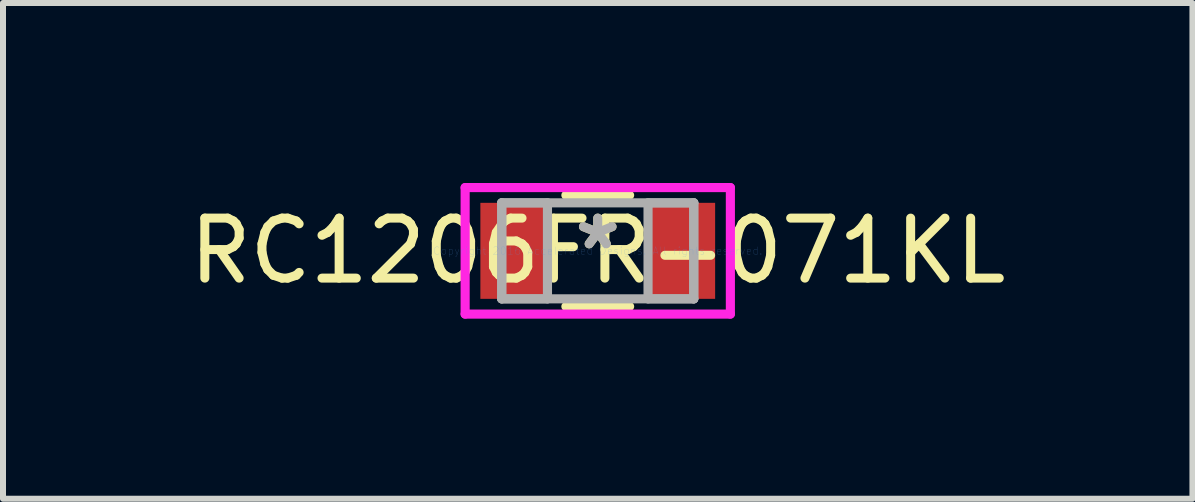
<source format=kicad_pcb>
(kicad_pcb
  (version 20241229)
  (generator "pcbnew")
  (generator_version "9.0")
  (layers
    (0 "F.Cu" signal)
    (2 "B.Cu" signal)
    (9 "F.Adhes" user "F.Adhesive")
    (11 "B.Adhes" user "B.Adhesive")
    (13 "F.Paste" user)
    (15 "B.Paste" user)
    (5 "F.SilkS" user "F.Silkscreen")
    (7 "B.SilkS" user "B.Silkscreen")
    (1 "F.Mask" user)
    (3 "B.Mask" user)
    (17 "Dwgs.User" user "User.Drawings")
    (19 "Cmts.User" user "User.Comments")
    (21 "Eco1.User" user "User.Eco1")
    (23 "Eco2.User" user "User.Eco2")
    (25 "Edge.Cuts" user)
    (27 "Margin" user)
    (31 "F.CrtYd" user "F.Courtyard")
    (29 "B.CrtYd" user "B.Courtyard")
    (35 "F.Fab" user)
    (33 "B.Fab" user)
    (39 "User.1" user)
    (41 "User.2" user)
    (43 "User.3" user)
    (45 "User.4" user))
  (footprint "RC1206FR-071KL"
    (layer "F.Cu")
    (at 6.911 1.13)
    (property "Reference" "RC1206FR-071KL" (at 0 0 0) (layer "F.SilkS") (effects (font (size 1 1) (thickness 0.15))))
    (attr through_hole)
    (fp_line (start -0.531 0.927) (end 0.531 0.927) (stroke (width 0.152) (type solid)) (layer "F.SilkS"))
    (fp_line (start 0.531 -0.927) (end -0.531 -0.927) (stroke (width 0.152) (type solid)) (layer "F.SilkS"))
    (fp_line (start -2.21 -1.054) (end 2.21 -1.054) (stroke (width 0.152) (type solid)) (layer "F.CrtYd"))
    (fp_line (start -2.21 1.054) (end -2.21 -1.054) (stroke (width 0.152) (type solid)) (layer "F.CrtYd"))
    (fp_line (start 2.21 -1.054) (end 2.21 1.054) (stroke (width 0.152) (type solid)) (layer "F.CrtYd"))
    (fp_line (start 2.21 1.054) (end -2.21 1.054) (stroke (width 0.152) (type solid)) (layer "F.CrtYd"))
    (fp_line (start -1.6 -0.8) (end -1.6 0.8) (stroke (width 0.152) (type solid)) (layer "F.Fab"))
    (fp_line (start -1.6 -0.8) (end -1.6 0.8) (stroke (width 0.152) (type solid)) (layer "F.Fab"))
    (fp_line (start -1.6 0.8) (end -0.838 0.8) (stroke (width 0.152) (type solid)) (layer "F.Fab"))
    (fp_line (start -1.6 0.8) (end 1.6 0.8) (stroke (width 0.152) (type solid)) (layer "F.Fab"))
    (fp_line (start -0.838 -0.8) (end -1.6 -0.8) (stroke (width 0.152) (type solid)) (layer "F.Fab"))
    (fp_line (start -0.838 0.8) (end -0.838 -0.8) (stroke (width 0.152) (type solid)) (layer "F.Fab"))
    (fp_line (start 0.838 -0.8) (end 0.838 0.8) (stroke (width 0.152) (type solid)) (layer "F.Fab"))
    (fp_line (start 0.838 0.8) (end 1.6 0.8) (stroke (width 0.152) (type solid)) (layer "F.Fab"))
    (fp_line (start 1.6 -0.8) (end -1.6 -0.8) (stroke (width 0.152) (type solid)) (layer "F.Fab"))
    (fp_line (start 1.6 -0.8) (end 0.838 -0.8) (stroke (width 0.152) (type solid)) (layer "F.Fab"))
    (fp_line (start 1.6 0.8) (end 1.6 -0.8) (stroke (width 0.152) (type solid)) (layer "F.Fab"))
    (fp_line (start 1.6 0.8) (end 1.6 -0.8) (stroke (width 0.152) (type solid)) (layer "F.Fab"))
    (fp_text user "*" (at 0 0 0) (layer "F.SilkS") (effects (font (size 1 1) (thickness 0.15))))
    (fp_text user "Copyright 2016 Accelerated Designs. All rights reserved." (at 0 0 0) (layer "Cmts.User") (effects (font (size 0.127 0.127) (thickness 0.002))))
    (fp_text user "*" (at 0 0 0) (layer "F.Fab") (effects (font (size 1 1) (thickness 0.15))))
    (pad "1" smd rect (at -1.397 0) (size 1.118 1.6) (layers "F.Cu" "F.Mask" "F.Paste"))
    (pad "2" smd rect (at 1.397 0) (size 1.118 1.6) (layers "F.Cu" "F.Mask" "F.Paste")))
  (gr_rect
    (start -3 -3)
    (end 16.821 5.261)
    (stroke (width 0.1) (type default))
    (fill no)
    (layer "Edge.Cuts")))
</source>
